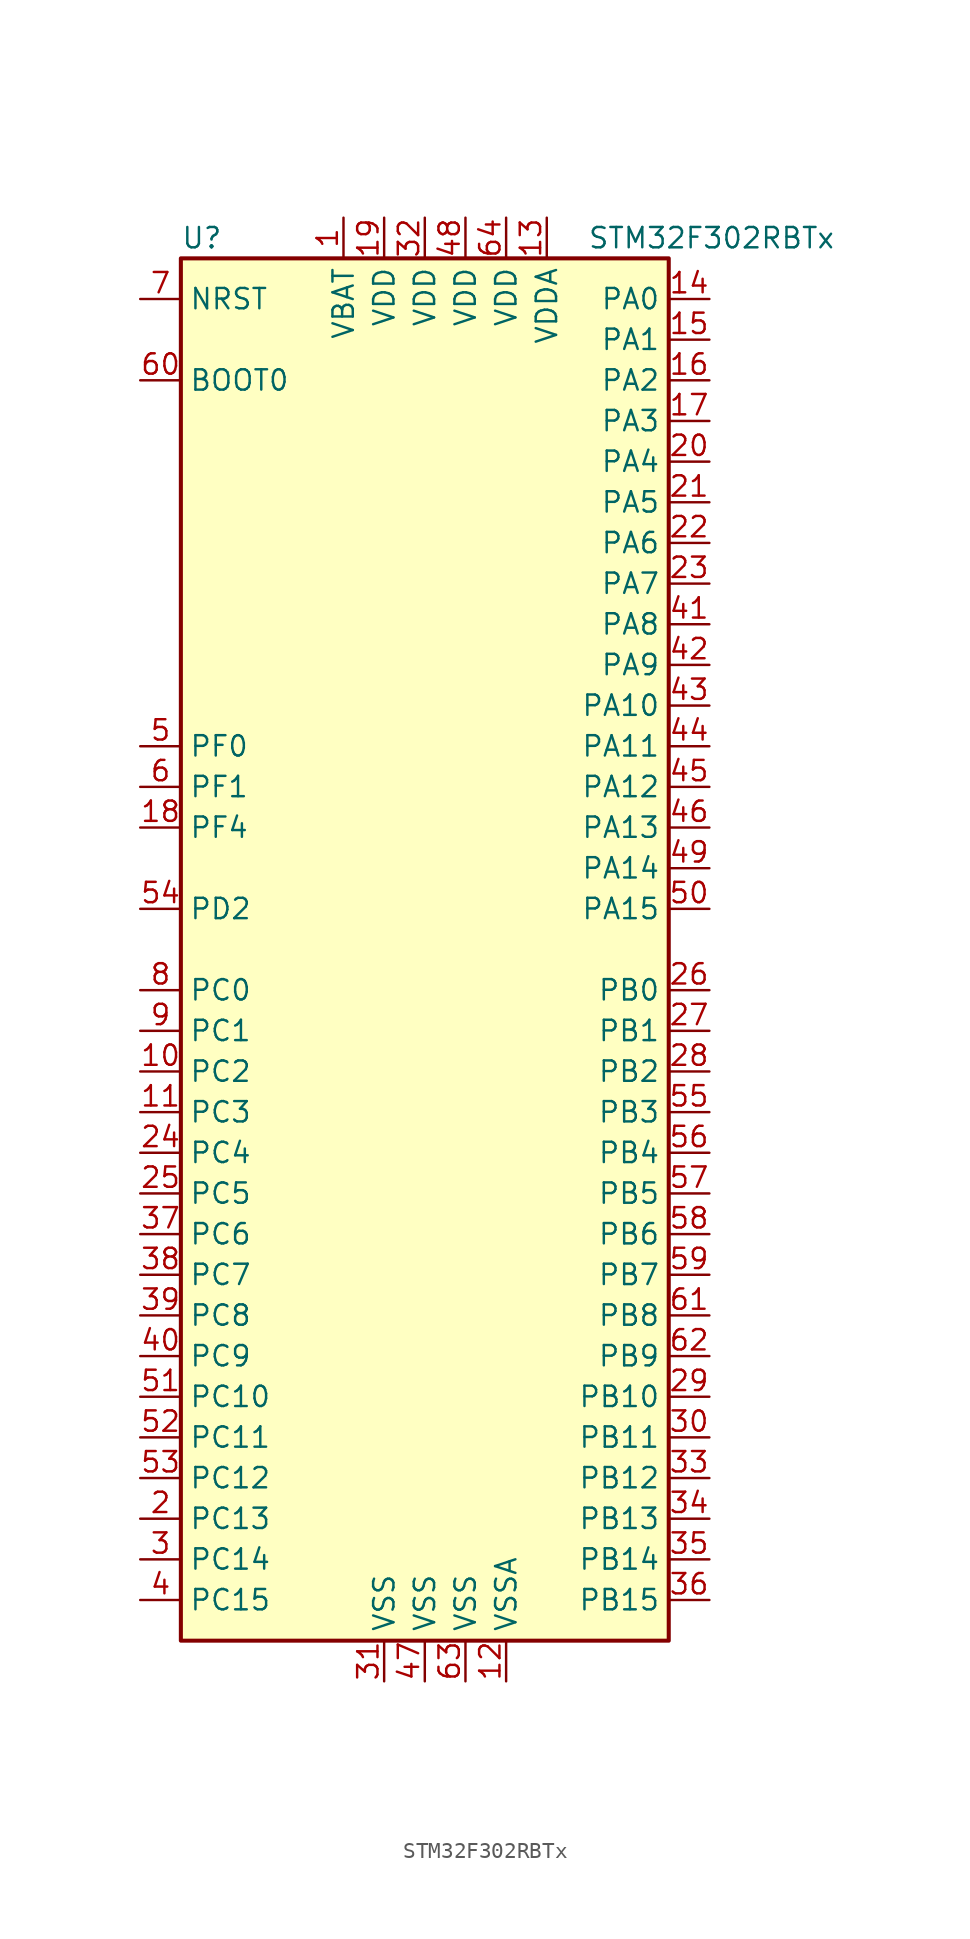
<source format=kicad_sym>
(kicad_symbol_lib
  (version 20201005)
  (generator kicad_symbol_editor)
  (symbol "STM32F302RBTx"
    (property "Reference" "U"
      (at -15.24 44.45 0)
      (effects (font (size 1.27 1.27)) (justify left)))
    (property "Value" "STM32F302RBTx"
      (at 10.16 44.45 0)
      (effects (font (size 1.27 1.27)) (justify left)))
    (symbol "STM32F302RBTx_0_1"
      (rectangle (start -15.24 -43.18) (end 15.24 43.18) (stroke (width 0.254)) (fill (type background))))
    (symbol "STM32F302RBTx_1_1"
      (pin power_in line (at -5.08 45.72 270) (length 2.54) (name "VBAT" (effects (font (size 1.27 1.27)))) (number "1" (effects (font (size 1.27 1.27)))))
      (pin bidirectional line (at -17.78 -7.62 0) (length 2.54) (name "PC2" (effects (font (size 1.27 1.27)))) (number "10" (effects (font (size 1.27 1.27)))))
      (pin bidirectional line (at -17.78 -10.16 0) (length 2.54) (name "PC3" (effects (font (size 1.27 1.27)))) (number "11" (effects (font (size 1.27 1.27)))))
      (pin power_in line (at 5.08 -45.72 90) (length 2.54) (name "VSSA" (effects (font (size 1.27 1.27)))) (number "12" (effects (font (size 1.27 1.27)))))
      (pin power_in line (at 7.62 45.72 270) (length 2.54) (name "VDDA" (effects (font (size 1.27 1.27)))) (number "13" (effects (font (size 1.27 1.27)))))
      (pin bidirectional line (at 17.78 40.64 180) (length 2.54) (name "PA0" (effects (font (size 1.27 1.27)))) (number "14" (effects (font (size 1.27 1.27)))))
      (pin bidirectional line (at 17.78 38.1 180) (length 2.54) (name "PA1" (effects (font (size 1.27 1.27)))) (number "15" (effects (font (size 1.27 1.27)))))
      (pin bidirectional line (at 17.78 35.56 180) (length 2.54) (name "PA2" (effects (font (size 1.27 1.27)))) (number "16" (effects (font (size 1.27 1.27)))))
      (pin bidirectional line (at 17.78 33.02 180) (length 2.54) (name "PA3" (effects (font (size 1.27 1.27)))) (number "17" (effects (font (size 1.27 1.27)))))
      (pin bidirectional line (at -17.78 7.62 0) (length 2.54) (name "PF4" (effects (font (size 1.27 1.27)))) (number "18" (effects (font (size 1.27 1.27)))))
      (pin power_in line (at -2.54 45.72 270) (length 2.54) (name "VDD" (effects (font (size 1.27 1.27)))) (number "19" (effects (font (size 1.27 1.27)))))
      (pin bidirectional line (at -17.78 -35.56 0) (length 2.54) (name "PC13" (effects (font (size 1.27 1.27)))) (number "2" (effects (font (size 1.27 1.27)))))
      (pin bidirectional line (at 17.78 30.48 180) (length 2.54) (name "PA4" (effects (font (size 1.27 1.27)))) (number "20" (effects (font (size 1.27 1.27)))))
      (pin bidirectional line (at 17.78 27.94 180) (length 2.54) (name "PA5" (effects (font (size 1.27 1.27)))) (number "21" (effects (font (size 1.27 1.27)))))
      (pin bidirectional line (at 17.78 25.4 180) (length 2.54) (name "PA6" (effects (font (size 1.27 1.27)))) (number "22" (effects (font (size 1.27 1.27)))))
      (pin bidirectional line (at 17.78 22.86 180) (length 2.54) (name "PA7" (effects (font (size 1.27 1.27)))) (number "23" (effects (font (size 1.27 1.27)))))
      (pin bidirectional line (at -17.78 -12.7 0) (length 2.54) (name "PC4" (effects (font (size 1.27 1.27)))) (number "24" (effects (font (size 1.27 1.27)))))
      (pin bidirectional line (at -17.78 -15.24 0) (length 2.54) (name "PC5" (effects (font (size 1.27 1.27)))) (number "25" (effects (font (size 1.27 1.27)))))
      (pin bidirectional line (at 17.78 -2.54 180) (length 2.54) (name "PB0" (effects (font (size 1.27 1.27)))) (number "26" (effects (font (size 1.27 1.27)))))
      (pin bidirectional line (at 17.78 -5.08 180) (length 2.54) (name "PB1" (effects (font (size 1.27 1.27)))) (number "27" (effects (font (size 1.27 1.27)))))
      (pin bidirectional line (at 17.78 -7.62 180) (length 2.54) (name "PB2" (effects (font (size 1.27 1.27)))) (number "28" (effects (font (size 1.27 1.27)))))
      (pin bidirectional line (at 17.78 -27.94 180) (length 2.54) (name "PB10" (effects (font (size 1.27 1.27)))) (number "29" (effects (font (size 1.27 1.27)))))
      (pin bidirectional line (at -17.78 -38.1 0) (length 2.54) (name "PC14" (effects (font (size 1.27 1.27)))) (number "3" (effects (font (size 1.27 1.27)))))
      (pin bidirectional line (at 17.78 -30.48 180) (length 2.54) (name "PB11" (effects (font (size 1.27 1.27)))) (number "30" (effects (font (size 1.27 1.27)))))
      (pin power_in line (at -2.54 -45.72 90) (length 2.54) (name "VSS" (effects (font (size 1.27 1.27)))) (number "31" (effects (font (size 1.27 1.27)))))
      (pin power_in line (at 0 45.72 270) (length 2.54) (name "VDD" (effects (font (size 1.27 1.27)))) (number "32" (effects (font (size 1.27 1.27)))))
      (pin bidirectional line (at 17.78 -33.02 180) (length 2.54) (name "PB12" (effects (font (size 1.27 1.27)))) (number "33" (effects (font (size 1.27 1.27)))))
      (pin bidirectional line (at 17.78 -35.56 180) (length 2.54) (name "PB13" (effects (font (size 1.27 1.27)))) (number "34" (effects (font (size 1.27 1.27)))))
      (pin bidirectional line (at 17.78 -38.1 180) (length 2.54) (name "PB14" (effects (font (size 1.27 1.27)))) (number "35" (effects (font (size 1.27 1.27)))))
      (pin bidirectional line (at 17.78 -40.64 180) (length 2.54) (name "PB15" (effects (font (size 1.27 1.27)))) (number "36" (effects (font (size 1.27 1.27)))))
      (pin bidirectional line (at -17.78 -17.78 0) (length 2.54) (name "PC6" (effects (font (size 1.27 1.27)))) (number "37" (effects (font (size 1.27 1.27)))))
      (pin bidirectional line (at -17.78 -20.32 0) (length 2.54) (name "PC7" (effects (font (size 1.27 1.27)))) (number "38" (effects (font (size 1.27 1.27)))))
      (pin bidirectional line (at -17.78 -22.86 0) (length 2.54) (name "PC8" (effects (font (size 1.27 1.27)))) (number "39" (effects (font (size 1.27 1.27)))))
      (pin bidirectional line (at -17.78 -40.64 0) (length 2.54) (name "PC15" (effects (font (size 1.27 1.27)))) (number "4" (effects (font (size 1.27 1.27)))))
      (pin bidirectional line (at -17.78 -25.4 0) (length 2.54) (name "PC9" (effects (font (size 1.27 1.27)))) (number "40" (effects (font (size 1.27 1.27)))))
      (pin bidirectional line (at 17.78 20.32 180) (length 2.54) (name "PA8" (effects (font (size 1.27 1.27)))) (number "41" (effects (font (size 1.27 1.27)))))
      (pin bidirectional line (at 17.78 17.78 180) (length 2.54) (name "PA9" (effects (font (size 1.27 1.27)))) (number "42" (effects (font (size 1.27 1.27)))))
      (pin bidirectional line (at 17.78 15.24 180) (length 2.54) (name "PA10" (effects (font (size 1.27 1.27)))) (number "43" (effects (font (size 1.27 1.27)))))
      (pin bidirectional line (at 17.78 12.7 180) (length 2.54) (name "PA11" (effects (font (size 1.27 1.27)))) (number "44" (effects (font (size 1.27 1.27)))))
      (pin bidirectional line (at 17.78 10.16 180) (length 2.54) (name "PA12" (effects (font (size 1.27 1.27)))) (number "45" (effects (font (size 1.27 1.27)))))
      (pin bidirectional line (at 17.78 7.62 180) (length 2.54) (name "PA13" (effects (font (size 1.27 1.27)))) (number "46" (effects (font (size 1.27 1.27)))))
      (pin power_in line (at 0 -45.72 90) (length 2.54) (name "VSS" (effects (font (size 1.27 1.27)))) (number "47" (effects (font (size 1.27 1.27)))))
      (pin power_in line (at 2.54 45.72 270) (length 2.54) (name "VDD" (effects (font (size 1.27 1.27)))) (number "48" (effects (font (size 1.27 1.27)))))
      (pin bidirectional line (at 17.78 5.08 180) (length 2.54) (name "PA14" (effects (font (size 1.27 1.27)))) (number "49" (effects (font (size 1.27 1.27)))))
      (pin input line (at -17.78 12.7 0) (length 2.54) (name "PF0" (effects (font (size 1.27 1.27)))) (number "5" (effects (font (size 1.27 1.27)))))
      (pin bidirectional line (at 17.78 2.54 180) (length 2.54) (name "PA15" (effects (font (size 1.27 1.27)))) (number "50" (effects (font (size 1.27 1.27)))))
      (pin bidirectional line (at -17.78 -27.94 0) (length 2.54) (name "PC10" (effects (font (size 1.27 1.27)))) (number "51" (effects (font (size 1.27 1.27)))))
      (pin bidirectional line (at -17.78 -30.48 0) (length 2.54) (name "PC11" (effects (font (size 1.27 1.27)))) (number "52" (effects (font (size 1.27 1.27)))))
      (pin bidirectional line (at -17.78 -33.02 0) (length 2.54) (name "PC12" (effects (font (size 1.27 1.27)))) (number "53" (effects (font (size 1.27 1.27)))))
      (pin bidirectional line (at -17.78 2.54 0) (length 2.54) (name "PD2" (effects (font (size 1.27 1.27)))) (number "54" (effects (font (size 1.27 1.27)))))
      (pin bidirectional line (at 17.78 -10.16 180) (length 2.54) (name "PB3" (effects (font (size 1.27 1.27)))) (number "55" (effects (font (size 1.27 1.27)))))
      (pin bidirectional line (at 17.78 -12.7 180) (length 2.54) (name "PB4" (effects (font (size 1.27 1.27)))) (number "56" (effects (font (size 1.27 1.27)))))
      (pin bidirectional line (at 17.78 -15.24 180) (length 2.54) (name "PB5" (effects (font (size 1.27 1.27)))) (number "57" (effects (font (size 1.27 1.27)))))
      (pin bidirectional line (at 17.78 -17.78 180) (length 2.54) (name "PB6" (effects (font (size 1.27 1.27)))) (number "58" (effects (font (size 1.27 1.27)))))
      (pin bidirectional line (at 17.78 -20.32 180) (length 2.54) (name "PB7" (effects (font (size 1.27 1.27)))) (number "59" (effects (font (size 1.27 1.27)))))
      (pin input line (at -17.78 10.16 0) (length 2.54) (name "PF1" (effects (font (size 1.27 1.27)))) (number "6" (effects (font (size 1.27 1.27)))))
      (pin input line (at -17.78 35.56 0) (length 2.54) (name "BOOT0" (effects (font (size 1.27 1.27)))) (number "60" (effects (font (size 1.27 1.27)))))
      (pin bidirectional line (at 17.78 -22.86 180) (length 2.54) (name "PB8" (effects (font (size 1.27 1.27)))) (number "61" (effects (font (size 1.27 1.27)))))
      (pin bidirectional line (at 17.78 -25.4 180) (length 2.54) (name "PB9" (effects (font (size 1.27 1.27)))) (number "62" (effects (font (size 1.27 1.27)))))
      (pin power_in line (at 2.54 -45.72 90) (length 2.54) (name "VSS" (effects (font (size 1.27 1.27)))) (number "63" (effects (font (size 1.27 1.27)))))
      (pin power_in line (at 5.08 45.72 270) (length 2.54) (name "VDD" (effects (font (size 1.27 1.27)))) (number "64" (effects (font (size 1.27 1.27)))))
      (pin input line (at -17.78 40.64 0) (length 2.54) (name "NRST" (effects (font (size 1.27 1.27)))) (number "7" (effects (font (size 1.27 1.27)))))
      (pin bidirectional line (at -17.78 -2.54 0) (length 2.54) (name "PC0" (effects (font (size 1.27 1.27)))) (number "8" (effects (font (size 1.27 1.27)))))
      (pin bidirectional line (at -17.78 -5.08 0) (length 2.54) (name "PC1" (effects (font (size 1.27 1.27)))) (number "9" (effects (font (size 1.27 1.27))))))))
</source>
